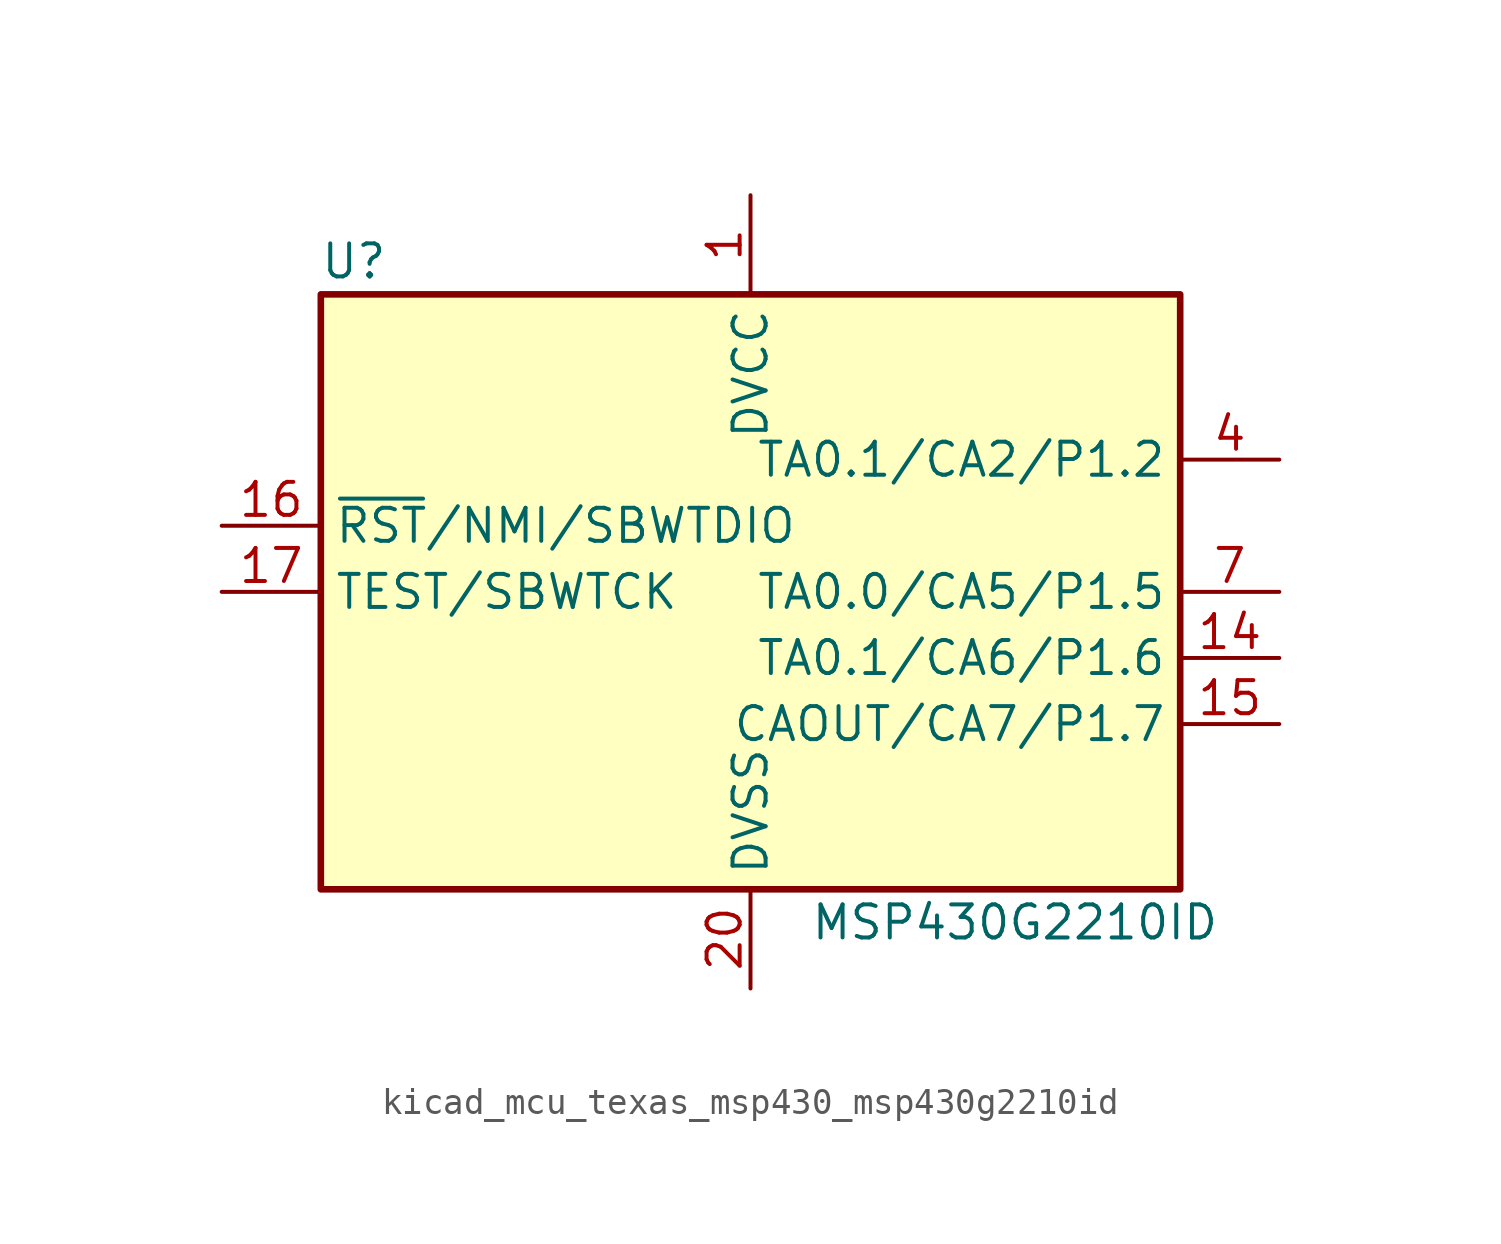
<source format=kicad_sym>
(kicad_symbol_lib
  (version 20220914)
  (generator kicad_symbol_editor)
  (symbol "kicad_mcu_texas_msp430_msp430g2210id"
    (property "Reference" "U"
      (at -15.24 12.7 0)
      (effects (font (size 1.27 1.27))))
    (property "Value" "MSP430G2210ID"
      (at 10.16 -12.7 0)
      (effects (font (size 1.27 1.27))))
    (symbol "kicad_mcu_texas_msp430_msp430g2210id_0_1"
      (rectangle (start -16.51 11.43) (end 16.51 -11.43) (stroke (width 0.254) (type default)) (fill (type background))))
    (symbol "kicad_mcu_texas_msp430_msp430g2210id_1_1"
      (pin power_in line (at 0 15.24 270) (length 3.81) (name "DVCC" (effects (font (size 1.27 1.27)))) (number "1" (effects (font (size 1.27 1.27)))))
      (pin bidirectional line (at 20.32 -2.54 180) (length 3.81) (name "TA0.1/CA6/P1.6" (effects (font (size 1.27 1.27)))) (number "14" (effects (font (size 1.27 1.27)))))
      (pin bidirectional line (at 20.32 -5.08 180) (length 3.81) (name "CAOUT/CA7/P1.7" (effects (font (size 1.27 1.27)))) (number "15" (effects (font (size 1.27 1.27)))))
      (pin input line (at -20.32 2.54 0) (length 3.81) (name "~{RST}/NMI/SBWTDIO" (effects (font (size 1.27 1.27)))) (number "16" (effects (font (size 1.27 1.27)))))
      (pin input line (at -20.32 0 0) (length 3.81) (name "TEST/SBWTCK" (effects (font (size 1.27 1.27)))) (number "17" (effects (font (size 1.27 1.27)))))
      (pin power_in line (at 0 -15.24 90) (length 3.81) (name "DVSS" (effects (font (size 1.27 1.27)))) (number "20" (effects (font (size 1.27 1.27)))))
      (pin bidirectional line (at 20.32 5.08 180) (length 3.81) (name "TA0.1/CA2/P1.2" (effects (font (size 1.27 1.27)))) (number "4" (effects (font (size 1.27 1.27)))))
      (pin bidirectional line (at 20.32 0 180) (length 3.81) (name "TA0.0/CA5/P1.5" (effects (font (size 1.27 1.27)))) (number "7" (effects (font (size 1.27 1.27))))))))
</source>
